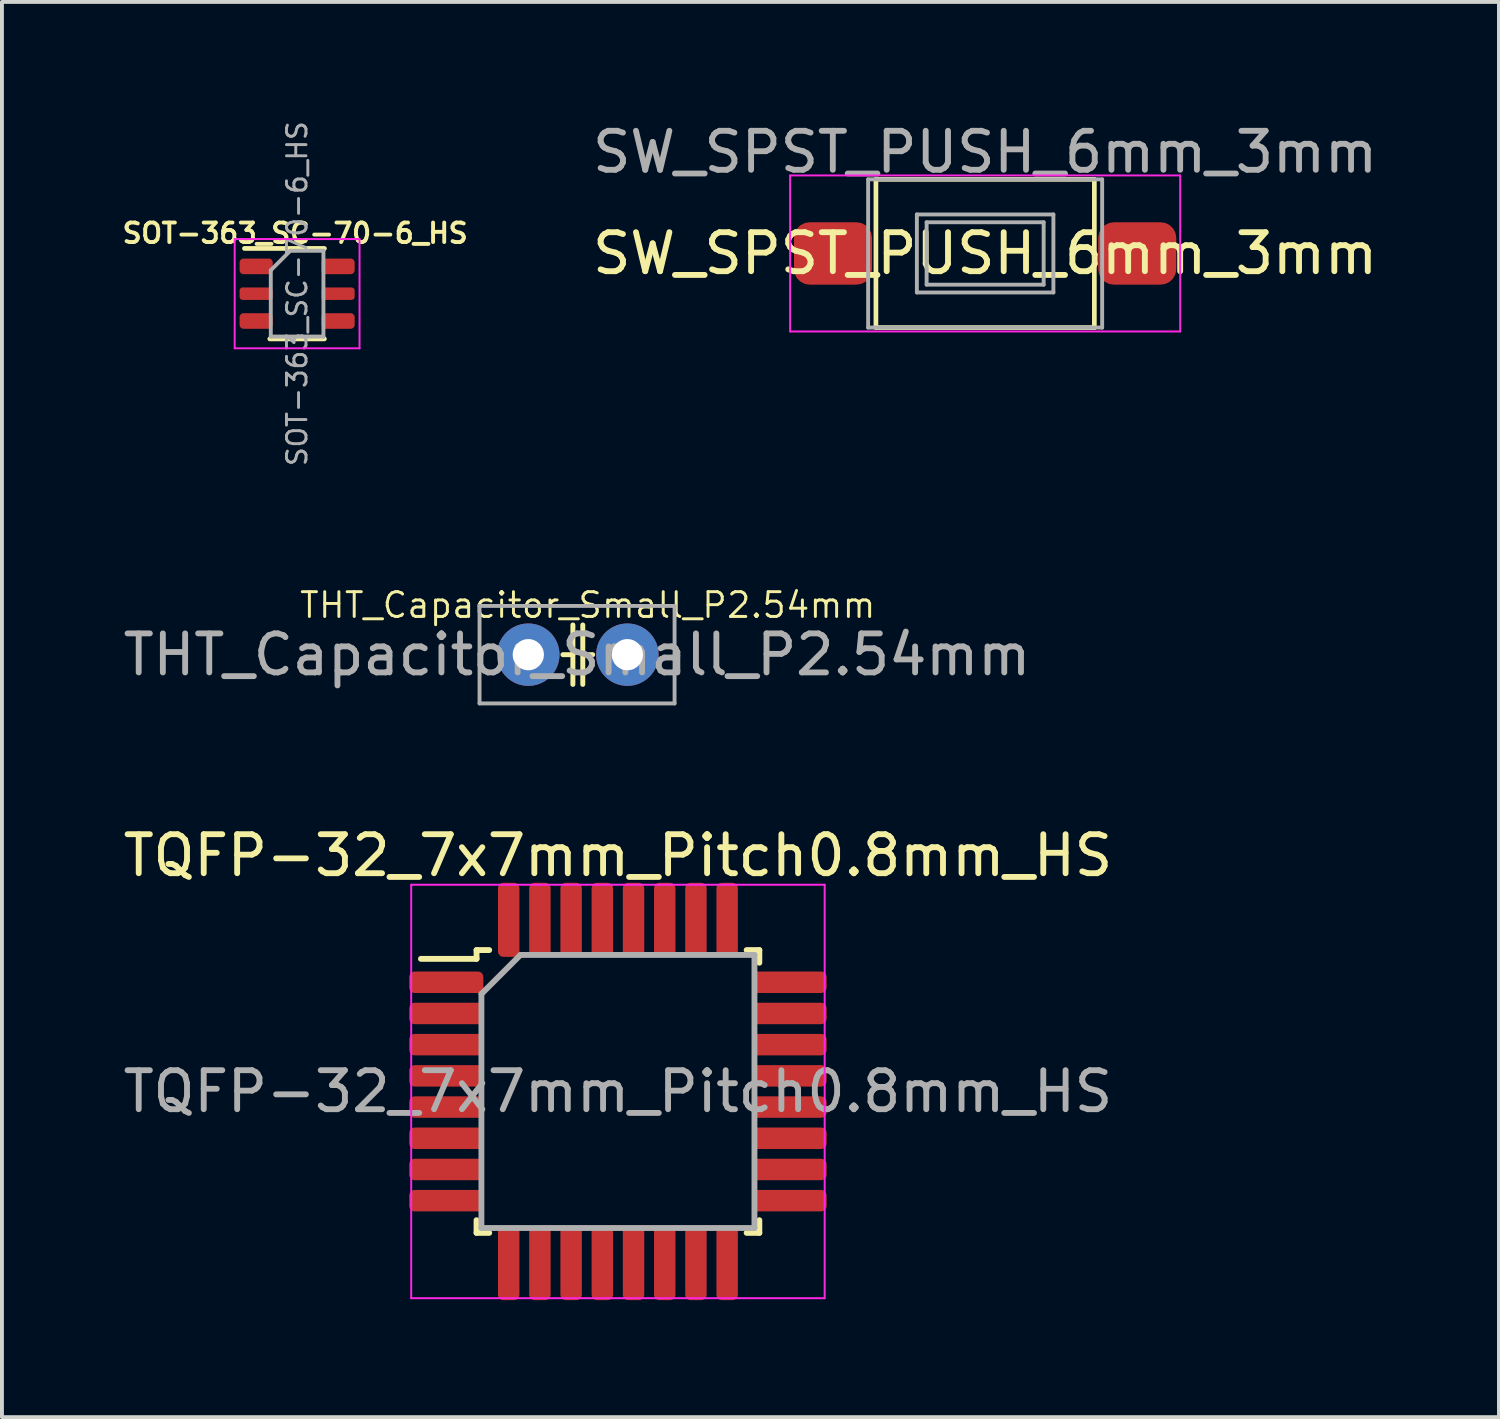
<source format=kicad_pcb>
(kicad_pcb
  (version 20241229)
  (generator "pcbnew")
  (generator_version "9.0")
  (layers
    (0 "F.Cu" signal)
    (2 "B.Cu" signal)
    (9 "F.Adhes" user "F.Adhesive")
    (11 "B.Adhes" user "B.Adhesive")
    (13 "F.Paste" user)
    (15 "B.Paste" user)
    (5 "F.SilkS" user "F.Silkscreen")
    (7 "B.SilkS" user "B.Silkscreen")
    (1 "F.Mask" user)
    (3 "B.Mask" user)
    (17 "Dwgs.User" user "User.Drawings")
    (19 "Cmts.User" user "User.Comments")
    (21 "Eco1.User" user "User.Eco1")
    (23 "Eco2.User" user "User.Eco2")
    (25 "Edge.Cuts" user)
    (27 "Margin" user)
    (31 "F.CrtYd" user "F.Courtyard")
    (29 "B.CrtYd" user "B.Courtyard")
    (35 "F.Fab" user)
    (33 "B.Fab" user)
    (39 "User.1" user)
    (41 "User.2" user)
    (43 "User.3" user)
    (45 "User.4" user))
  (footprint "SW_SPST_PUSH_6mm_3mm"
    (layer "F.Cu")
    (at 22.206 3.448)
    (property "Reference" "SW_SPST_PUSH_6mm_3mm" (at 0 0 0) (layer "F.SilkS") (effects (font (size 1 1) (thickness 0.15))))
    (attr smd)
    (fp_line (start -2.8 -1.9) (end 2.8 -1.9) (stroke (width 0.12) (type solid)) (layer "F.SilkS"))
    (fp_line (start -2.8 1.9) (end -2.8 -1.9) (stroke (width 0.12) (type solid)) (layer "F.SilkS"))
    (fp_line (start 2.8 -1.9) (end 2.8 1.9) (stroke (width 0.12) (type solid)) (layer "F.SilkS"))
    (fp_line (start 2.8 1.9) (end -2.8 1.9) (stroke (width 0.12) (type solid)) (layer "F.SilkS"))
    (fp_line (start -5 -2) (end -5 2) (stroke (width 0.05) (type solid)) (layer "F.CrtYd"))
    (fp_line (start -5 -2) (end 5 -2) (stroke (width 0.05) (type solid)) (layer "F.CrtYd"))
    (fp_line (start -5 2) (end 5 2) (stroke (width 0.05) (type solid)) (layer "F.CrtYd"))
    (fp_line (start 5 -2) (end 5 2) (stroke (width 0.05) (type solid)) (layer "F.CrtYd"))
    (fp_line (start -3 -1.9) (end -3 1.9) (stroke (width 0.1) (type solid)) (layer "F.Fab"))
    (fp_line (start -3 -1.9) (end 3 -1.9) (stroke (width 0.1) (type solid)) (layer "F.Fab"))
    (fp_line (start -3 1.9) (end 3 1.9) (stroke (width 0.1) (type solid)) (layer "F.Fab"))
    (fp_line (start -1.75 -1) (end 1.75 -1) (stroke (width 0.1) (type solid)) (layer "F.Fab"))
    (fp_line (start -1.75 1) (end -1.75 -1) (stroke (width 0.1) (type solid)) (layer "F.Fab"))
    (fp_line (start -1.5 -0.8) (end -1.5 0.8) (stroke (width 0.1) (type solid)) (layer "F.Fab"))
    (fp_line (start -1.5 -0.8) (end 1.5 -0.8) (stroke (width 0.1) (type solid)) (layer "F.Fab"))
    (fp_line (start -1.5 0.8) (end 1.5 0.8) (stroke (width 0.1) (type solid)) (layer "F.Fab"))
    (fp_line (start 1.5 -0.8) (end 1.5 0.8) (stroke (width 0.1) (type solid)) (layer "F.Fab"))
    (fp_line (start 1.75 -1) (end 1.75 1) (stroke (width 0.1) (type solid)) (layer "F.Fab"))
    (fp_line (start 1.75 1) (end -1.75 1) (stroke (width 0.1) (type solid)) (layer "F.Fab"))
    (fp_line (start 3 -1.9) (end 3 1.9) (stroke (width 0.1) (type solid)) (layer "F.Fab"))
    (fp_text user "${REFERENCE}" (at 0 -2.6 0) (layer "F.Fab") (effects (font (size 1 1) (thickness 0.15))))
    (pad "1" smd roundrect (at -3.9 0) (size 2 1.6) (layers "F.Cu" "F.Mask" "F.Paste") (roundrect_rratio 0.25))
    (pad "2" smd roundrect (at 3.9 0) (size 2 1.6) (layers "F.Cu" "F.Mask" "F.Paste") (roundrect_rratio 0.25)))
  (footprint "THT_Capacitor_Small_P2.54mm"
    (layer "F.Cu")
    (at 10.494 13.734)
    (property "Reference" "THT_Capacitor_Small_P2.54mm" (at 1.524 -1.27 0) (layer "F.SilkS") (effects (font (size 0.635 0.635) (thickness 0.076))))
    (attr through_hole)
    (fp_line (start 1.143 0) (end 0.889 0) (stroke (width 0.127) (type solid)) (layer "F.SilkS"))
    (fp_line (start 1.143 0.762) (end 1.143 -0.762) (stroke (width 0.127) (type solid)) (layer "F.SilkS"))
    (fp_line (start 1.397 -0.762) (end 1.397 0.762) (stroke (width 0.127) (type solid)) (layer "F.SilkS"))
    (fp_line (start 1.397 0) (end 1.651 0) (stroke (width 0.127) (type solid)) (layer "F.SilkS"))
    (fp_line (start -1.25 -1.25) (end -1.25 1.25) (stroke (width 0.1) (type solid)) (layer "F.Fab"))
    (fp_line (start -1.25 1.25) (end 3.75 1.25) (stroke (width 0.1) (type solid)) (layer "F.Fab"))
    (fp_line (start 3.75 -1.25) (end -1.25 -1.25) (stroke (width 0.1) (type solid)) (layer "F.Fab"))
    (fp_line (start 3.75 1.25) (end 3.75 -1.25) (stroke (width 0.1) (type solid)) (layer "F.Fab"))
    (fp_text user "${REFERENCE}" (at 1.25 0 0) (layer "F.Fab") (effects (font (size 1 1) (thickness 0.15))))
    (pad "1" thru_hole circle (at 0 0) (size 1.6 1.6) (drill 0.8) (layers "*.Cu" "*.Mask"))
    (pad "2" thru_hole circle (at 2.54 0) (size 1.6 1.6) (drill 0.8) (layers "*.Cu" "*.Mask")))
  (footprint "SOT-363_SC-70-6_HS"
    (layer "F.Cu")
    (at 4.567 4.479)
    (property "Reference" "SOT-363_SC-70-6_HS" (at -0.05 -1.55 180) (layer "F.SilkS") (effects (font (size 0.5 0.5) (thickness 0.1))))
    (attr smd)
    (fp_line (start -0.7 1.16) (end 0.7 1.16) (stroke (width 0.12) (type solid)) (layer "F.SilkS"))
    (fp_line (start 0.7 -1.16) (end -1.35 -1.16) (stroke (width 0.12) (type solid)) (layer "F.SilkS"))
    (fp_line (start -1.6 -1.4) (end -1.6 1.4) (stroke (width 0.05) (type solid)) (layer "F.CrtYd"))
    (fp_line (start -1.6 -1.4) (end 1.6 -1.4) (stroke (width 0.05) (type solid)) (layer "F.CrtYd"))
    (fp_line (start -1.6 1.4) (end 1.6 1.4) (stroke (width 0.05) (type solid)) (layer "F.CrtYd"))
    (fp_line (start 1.6 1.4) (end 1.6 -1.4) (stroke (width 0.05) (type solid)) (layer "F.CrtYd"))
    (fp_line (start -0.675 -0.6) (end -0.675 1.1) (stroke (width 0.1) (type solid)) (layer "F.Fab"))
    (fp_line (start -0.175 -1.1) (end -0.675 -0.6) (stroke (width 0.1) (type solid)) (layer "F.Fab"))
    (fp_line (start 0.675 -1.1) (end -0.175 -1.1) (stroke (width 0.1) (type solid)) (layer "F.Fab"))
    (fp_line (start 0.675 -1.1) (end 0.675 1.1) (stroke (width 0.1) (type solid)) (layer "F.Fab"))
    (fp_line (start 0.675 1.1) (end -0.675 1.1) (stroke (width 0.1) (type solid)) (layer "F.Fab"))
    (fp_text user "${REFERENCE}" (at 0 0 90) (layer "F.Fab") (effects (font (size 0.5 0.5) (thickness 0.075))))
    (pad "1" smd roundrect (at -1.05 -0.7) (size 0.85 0.4) (layers "F.Cu" "F.Mask" "F.Paste") (roundrect_rratio 0.25))
    (pad "2" smd roundrect (at -1.05 0) (size 0.85 0.32) (layers "F.Cu" "F.Mask" "F.Paste") (roundrect_rratio 0.25))
    (pad "3" smd roundrect (at -1.05 0.7) (size 0.85 0.4) (layers "F.Cu" "F.Mask" "F.Paste") (roundrect_rratio 0.25))
    (pad "4" smd roundrect (at 1.05 0.7) (size 0.85 0.4) (layers "F.Cu" "F.Mask" "F.Paste") (roundrect_rratio 0.25))
    (pad "5" smd roundrect (at 1.05 0) (size 0.85 0.32) (layers "F.Cu" "F.Mask" "F.Paste") (roundrect_rratio 0.25))
    (pad "6" smd roundrect (at 1.05 -0.7) (size 0.85 0.4) (layers "F.Cu" "F.Mask" "F.Paste") (roundrect_rratio 0.25)))
  (footprint "TQFP-32_7x7mm_Pitch0.8mm_HS"
    (layer "F.Cu")
    (at 12.792 24.932)
    (property "Reference" "TQFP-32_7x7mm_Pitch0.8mm_HS" (at 0 -6.05 0) (layer "F.SilkS") (effects (font (size 1 1) (thickness 0.15))))
    (attr smd)
    (fp_line (start -3.625 -3.625) (end -3.625 -3.4) (stroke (width 0.15) (type solid)) (layer "F.SilkS"))
    (fp_line (start -3.625 -3.625) (end -3.3 -3.625) (stroke (width 0.15) (type solid)) (layer "F.SilkS"))
    (fp_line (start -3.625 -3.4) (end -5.05 -3.4) (stroke (width 0.15) (type solid)) (layer "F.SilkS"))
    (fp_line (start -3.625 3.625) (end -3.625 3.3) (stroke (width 0.15) (type solid)) (layer "F.SilkS"))
    (fp_line (start -3.625 3.625) (end -3.3 3.625) (stroke (width 0.15) (type solid)) (layer "F.SilkS"))
    (fp_line (start 3.625 -3.625) (end 3.3 -3.625) (stroke (width 0.15) (type solid)) (layer "F.SilkS"))
    (fp_line (start 3.625 -3.625) (end 3.625 -3.3) (stroke (width 0.15) (type solid)) (layer "F.SilkS"))
    (fp_line (start 3.625 3.625) (end 3.3 3.625) (stroke (width 0.15) (type solid)) (layer "F.SilkS"))
    (fp_line (start 3.625 3.625) (end 3.625 3.3) (stroke (width 0.15) (type solid)) (layer "F.SilkS"))
    (fp_line (start -5.3 -5.3) (end -5.3 5.3) (stroke (width 0.05) (type solid)) (layer "F.CrtYd"))
    (fp_line (start -5.3 -5.3) (end 5.3 -5.3) (stroke (width 0.05) (type solid)) (layer "F.CrtYd"))
    (fp_line (start -5.3 5.3) (end 5.3 5.3) (stroke (width 0.05) (type solid)) (layer "F.CrtYd"))
    (fp_line (start 5.3 -5.3) (end 5.3 5.3) (stroke (width 0.05) (type solid)) (layer "F.CrtYd"))
    (fp_line (start -3.5 -2.5) (end -2.5 -3.5) (stroke (width 0.15) (type solid)) (layer "F.Fab"))
    (fp_line (start -3.5 3.5) (end -3.5 -2.5) (stroke (width 0.15) (type solid)) (layer "F.Fab"))
    (fp_line (start -2.5 -3.5) (end 3.5 -3.5) (stroke (width 0.15) (type solid)) (layer "F.Fab"))
    (fp_line (start 3.5 -3.5) (end 3.5 3.5) (stroke (width 0.15) (type solid)) (layer "F.Fab"))
    (fp_line (start 3.5 3.5) (end -3.5 3.5) (stroke (width 0.15) (type solid)) (layer "F.Fab"))
    (fp_text user "${REFERENCE}" (at 0 0 0) (layer "F.Fab") (effects (font (size 1 1) (thickness 0.15))))
    (pad "1" smd roundrect (at -4.4 -2.8) (size 1.9 0.55) (layers "F.Cu" "F.Mask" "F.Paste") (roundrect_rratio 0.25))
    (pad "2" smd roundrect (at -4.4 -2) (size 1.9 0.55) (layers "F.Cu" "F.Mask" "F.Paste") (roundrect_rratio 0.25))
    (pad "3" smd roundrect (at -4.4 -1.2) (size 1.9 0.55) (layers "F.Cu" "F.Mask" "F.Paste") (roundrect_rratio 0.25))
    (pad "4" smd roundrect (at -4.4 -0.4) (size 1.9 0.55) (layers "F.Cu" "F.Mask" "F.Paste") (roundrect_rratio 0.25))
    (pad "5" smd roundrect (at -4.4 0.4) (size 1.9 0.55) (layers "F.Cu" "F.Mask" "F.Paste") (roundrect_rratio 0.25))
    (pad "6" smd roundrect (at -4.4 1.2) (size 1.9 0.55) (layers "F.Cu" "F.Mask" "F.Paste") (roundrect_rratio 0.25))
    (pad "7" smd roundrect (at -4.4 2) (size 1.9 0.55) (layers "F.Cu" "F.Mask" "F.Paste") (roundrect_rratio 0.25))
    (pad "8" smd roundrect (at -4.4 2.8) (size 1.9 0.55) (layers "F.Cu" "F.Mask" "F.Paste") (roundrect_rratio 0.25))
    (pad "9" smd roundrect (at -2.8 4.4 90) (size 1.9 0.55) (layers "F.Cu" "F.Mask" "F.Paste") (roundrect_rratio 0.25))
    (pad "10" smd roundrect (at -2 4.4 90) (size 1.9 0.55) (layers "F.Cu" "F.Mask" "F.Paste") (roundrect_rratio 0.25))
    (pad "11" smd roundrect (at -1.2 4.4 90) (size 1.9 0.55) (layers "F.Cu" "F.Mask" "F.Paste") (roundrect_rratio 0.25))
    (pad "12" smd roundrect (at -0.4 4.4 90) (size 1.9 0.55) (layers "F.Cu" "F.Mask" "F.Paste") (roundrect_rratio 0.25))
    (pad "13" smd roundrect (at 0.4 4.4 90) (size 1.9 0.55) (layers "F.Cu" "F.Mask" "F.Paste") (roundrect_rratio 0.25))
    (pad "14" smd roundrect (at 1.2 4.4 90) (size 1.9 0.55) (layers "F.Cu" "F.Mask" "F.Paste") (roundrect_rratio 0.25))
    (pad "15" smd roundrect (at 2 4.4 90) (size 1.9 0.55) (layers "F.Cu" "F.Mask" "F.Paste") (roundrect_rratio 0.25))
    (pad "16" smd roundrect (at 2.8 4.4 90) (size 1.9 0.55) (layers "F.Cu" "F.Mask" "F.Paste") (roundrect_rratio 0.25))
    (pad "17" smd roundrect (at 4.4 2.8) (size 1.9 0.55) (layers "F.Cu" "F.Mask" "F.Paste") (roundrect_rratio 0.25))
    (pad "18" smd roundrect (at 4.4 2) (size 1.9 0.55) (layers "F.Cu" "F.Mask" "F.Paste") (roundrect_rratio 0.25))
    (pad "19" smd roundrect (at 4.4 1.2) (size 1.9 0.55) (layers "F.Cu" "F.Mask" "F.Paste") (roundrect_rratio 0.25))
    (pad "20" smd roundrect (at 4.4 0.4) (size 1.9 0.55) (layers "F.Cu" "F.Mask" "F.Paste") (roundrect_rratio 0.25))
    (pad "21" smd roundrect (at 4.4 -0.4) (size 1.9 0.55) (layers "F.Cu" "F.Mask" "F.Paste") (roundrect_rratio 0.25))
    (pad "22" smd roundrect (at 4.4 -1.2) (size 1.9 0.55) (layers "F.Cu" "F.Mask" "F.Paste") (roundrect_rratio 0.25))
    (pad "23" smd roundrect (at 4.4 -2) (size 1.9 0.55) (layers "F.Cu" "F.Mask" "F.Paste") (roundrect_rratio 0.25))
    (pad "24" smd roundrect (at 4.4 -2.8) (size 1.9 0.55) (layers "F.Cu" "F.Mask" "F.Paste") (roundrect_rratio 0.25))
    (pad "25" smd roundrect (at 2.8 -4.4 90) (size 1.9 0.55) (layers "F.Cu" "F.Mask" "F.Paste") (roundrect_rratio 0.25))
    (pad "26" smd roundrect (at 2 -4.4 90) (size 1.9 0.55) (layers "F.Cu" "F.Mask" "F.Paste") (roundrect_rratio 0.25))
    (pad "27" smd roundrect (at 1.2 -4.4 90) (size 1.9 0.55) (layers "F.Cu" "F.Mask" "F.Paste") (roundrect_rratio 0.25))
    (pad "28" smd roundrect (at 0.4 -4.4 90) (size 1.9 0.55) (layers "F.Cu" "F.Mask" "F.Paste") (roundrect_rratio 0.25))
    (pad "29" smd roundrect (at -0.4 -4.4 90) (size 1.9 0.55) (layers "F.Cu" "F.Mask" "F.Paste") (roundrect_rratio 0.25))
    (pad "30" smd roundrect (at -1.2 -4.4 90) (size 1.9 0.55) (layers "F.Cu" "F.Mask" "F.Paste") (roundrect_rratio 0.25))
    (pad "31" smd roundrect (at -2 -4.4 90) (size 1.9 0.55) (layers "F.Cu" "F.Mask" "F.Paste") (roundrect_rratio 0.25))
    (pad "32" smd roundrect (at -2.8 -4.4 90) (size 1.9 0.55) (layers "F.Cu" "F.Mask" "F.Paste") (roundrect_rratio 0.25)))
  (gr_rect
    (start -3 -3)
    (end 35.379 33.282)
    (stroke (width 0.1) (type default))
    (fill no)
    (layer "Edge.Cuts")))
</source>
